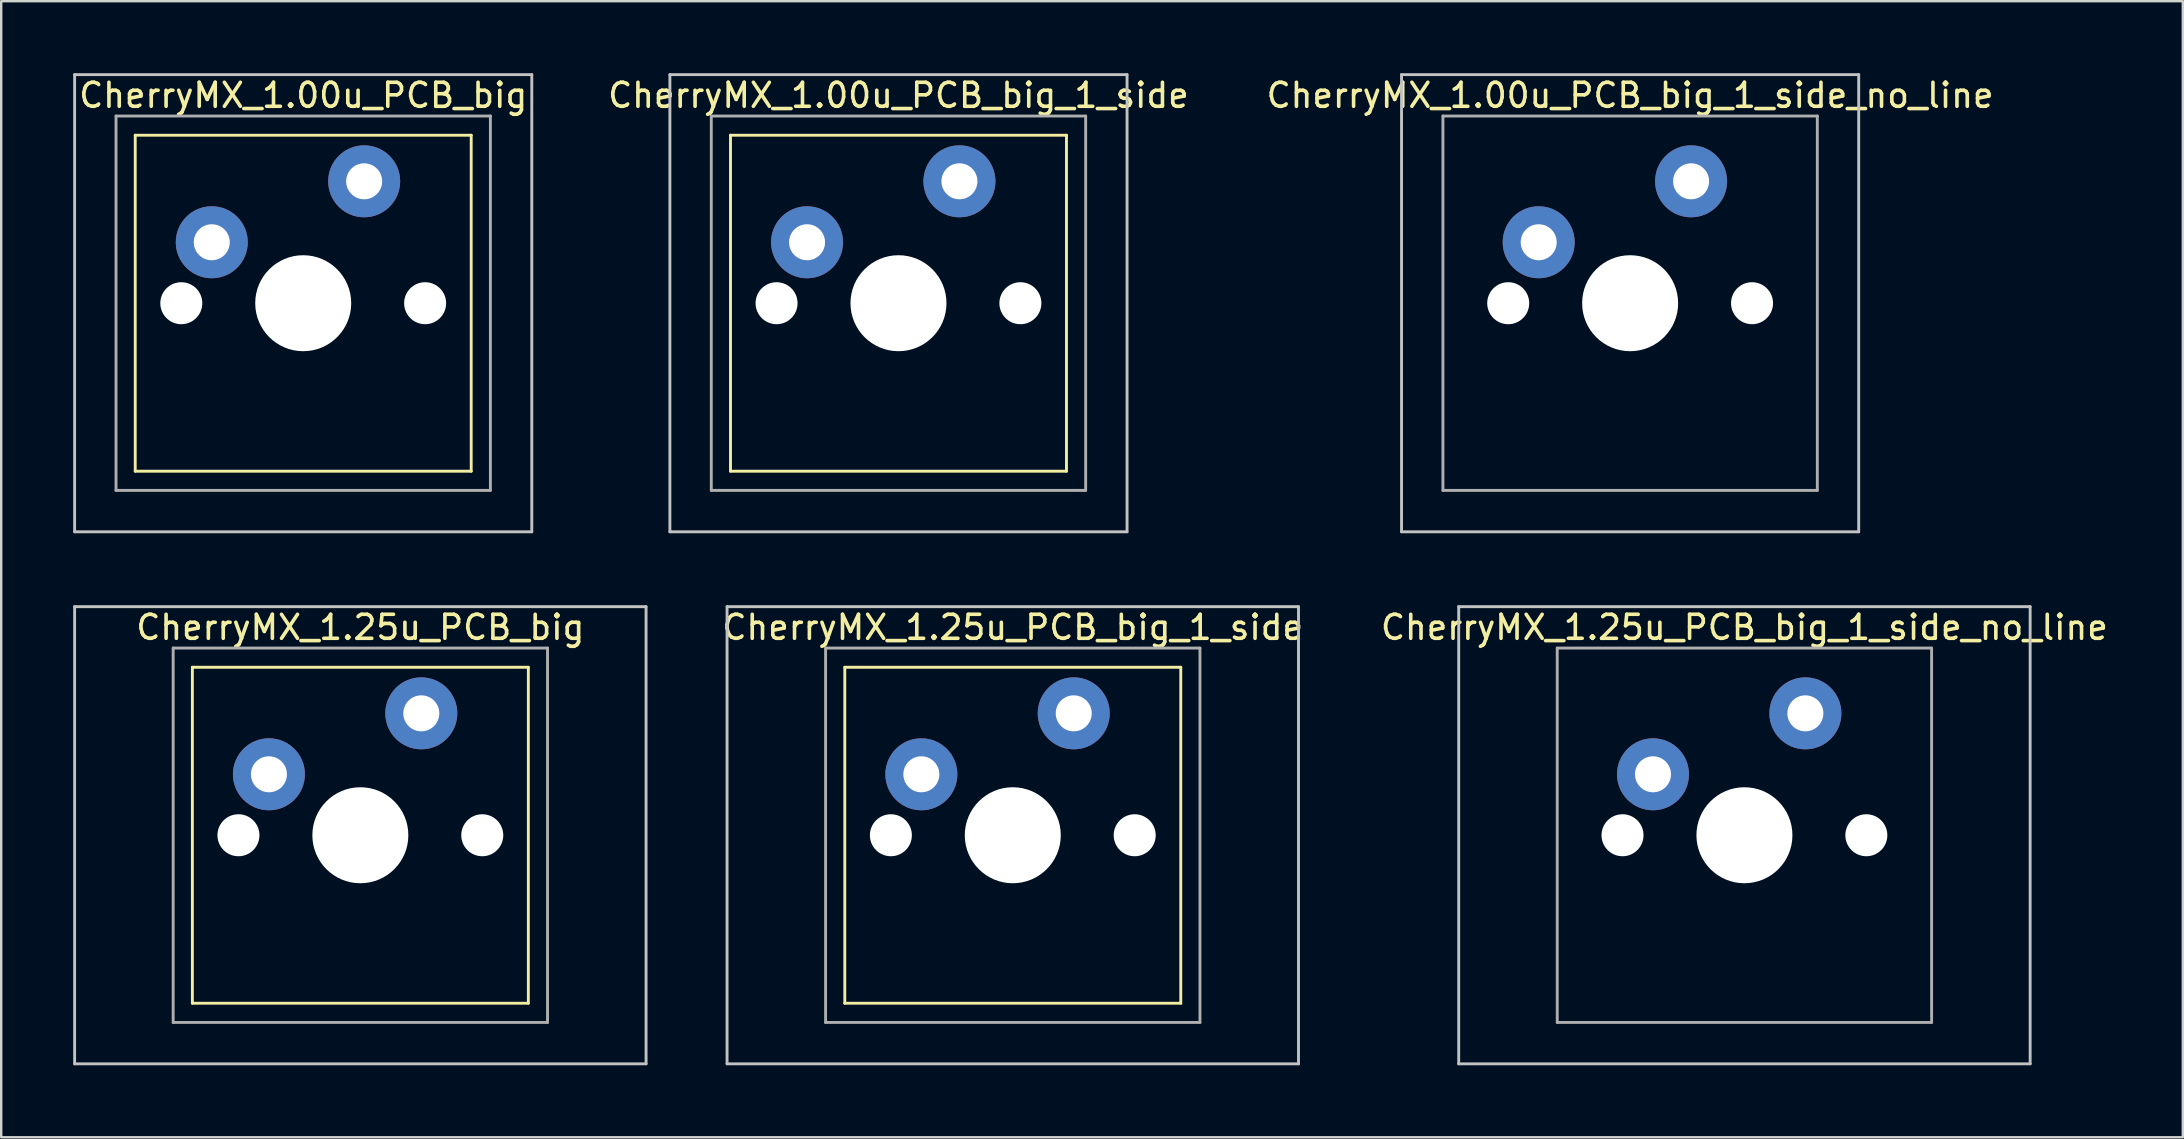
<source format=kicad_pcb>
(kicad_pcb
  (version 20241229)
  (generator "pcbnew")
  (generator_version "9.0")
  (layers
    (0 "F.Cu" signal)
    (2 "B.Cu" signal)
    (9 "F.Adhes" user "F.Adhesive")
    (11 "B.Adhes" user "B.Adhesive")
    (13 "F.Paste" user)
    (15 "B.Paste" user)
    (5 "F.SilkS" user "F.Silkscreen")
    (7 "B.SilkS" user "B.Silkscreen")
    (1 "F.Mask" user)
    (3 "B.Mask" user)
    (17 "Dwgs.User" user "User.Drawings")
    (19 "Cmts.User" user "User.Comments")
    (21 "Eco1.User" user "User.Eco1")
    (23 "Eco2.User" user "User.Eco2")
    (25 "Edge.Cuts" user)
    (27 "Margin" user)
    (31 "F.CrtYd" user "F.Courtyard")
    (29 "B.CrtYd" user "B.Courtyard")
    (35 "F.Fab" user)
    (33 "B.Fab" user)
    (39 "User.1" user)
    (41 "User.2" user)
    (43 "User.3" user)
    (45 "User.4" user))
  (footprint "CherryMX_1.00u_PCB_big_1_side"
    (layer "F.Cu")
    (at 34.39 9.585)
    (property "Reference" "CherryMX_1.00u_PCB_big_1_side" (at 0 -8.662 0) (layer "F.SilkS") (effects (font (size 1 1) (thickness 0.15))))
    (attr through_hole)
    (fp_line (start -7 -7) (end -7 7) (stroke (width 0.12) (type solid)) (layer "F.SilkS"))
    (fp_line (start -7 -7) (end 7 -7) (stroke (width 0.12) (type solid)) (layer "F.SilkS"))
    (fp_line (start 7 -7) (end 7 7) (stroke (width 0.12) (type solid)) (layer "F.SilkS"))
    (fp_line (start 7 7) (end -7 7) (stroke (width 0.12) (type solid)) (layer "F.SilkS"))
    (fp_line (start -9.525 -9.525) (end 9.525 -9.525) (stroke (width 0.12) (type solid)) (layer "Dwgs.User"))
    (fp_line (start -9.525 9.525) (end -9.525 -9.525) (stroke (width 0.12) (type solid)) (layer "Dwgs.User"))
    (fp_line (start 9.525 -9.525) (end 9.525 9.525) (stroke (width 0.12) (type solid)) (layer "Dwgs.User"))
    (fp_line (start 9.525 9.525) (end -9.525 9.525) (stroke (width 0.12) (type solid)) (layer "Dwgs.User"))
    (fp_line (start -7.8 -7.8) (end -7.8 7.8) (stroke (width 0.12) (type solid)) (layer "F.Fab"))
    (fp_line (start -7.8 -7.8) (end 7.8 -7.8) (stroke (width 0.12) (type solid)) (layer "F.Fab"))
    (fp_line (start -7.8 7.8) (end 7.8 7.8) (stroke (width 0.12) (type solid)) (layer "F.Fab"))
    (fp_line (start 7.8 -7.8) (end 7.8 7.8) (stroke (width 0.12) (type solid)) (layer "F.Fab"))
    (pad "" np_thru_hole circle (at -5.08 0) (size 1.75 1.75) (drill 1.75) (layers "*.Cu" "*.Mask"))
    (pad "" np_thru_hole circle (at 0 0) (size 4 4) (drill 4) (layers "*.Cu" "*.Mask"))
    (pad "" np_thru_hole circle (at 5.08 0) (size 1.75 1.75) (drill 1.75) (layers "*.Cu" "*.Mask"))
    (pad "1" thru_hole circle (at -3.81 -2.54) (size 3 3) (drill 1.5) (layers "*.Cu" "B.Mask"))
    (pad "2" thru_hole circle (at 2.54 -5.08) (size 3 3) (drill 1.5) (layers "*.Cu" "B.Mask")))
  (footprint "CherryMX_1.00u_PCB_big_1_side_no_line"
    (layer "F.Cu")
    (at 64.878 9.585)
    (property "Reference" "CherryMX_1.00u_PCB_big_1_side_no_line" (at 0 -8.662 0) (layer "F.SilkS") (effects (font (size 1 1) (thickness 0.15))))
    (attr through_hole)
    (fp_line (start -9.525 -9.525) (end 9.525 -9.525) (stroke (width 0.12) (type solid)) (layer "Dwgs.User"))
    (fp_line (start -9.525 9.525) (end -9.525 -9.525) (stroke (width 0.12) (type solid)) (layer "Dwgs.User"))
    (fp_line (start 9.525 -9.525) (end 9.525 9.525) (stroke (width 0.12) (type solid)) (layer "Dwgs.User"))
    (fp_line (start 9.525 9.525) (end -9.525 9.525) (stroke (width 0.12) (type solid)) (layer "Dwgs.User"))
    (fp_line (start -7.8 -7.8) (end -7.8 7.8) (stroke (width 0.12) (type solid)) (layer "F.Fab"))
    (fp_line (start -7.8 -7.8) (end 7.8 -7.8) (stroke (width 0.12) (type solid)) (layer "F.Fab"))
    (fp_line (start -7.8 7.8) (end 7.8 7.8) (stroke (width 0.12) (type solid)) (layer "F.Fab"))
    (fp_line (start 7.8 -7.8) (end 7.8 7.8) (stroke (width 0.12) (type solid)) (layer "F.Fab"))
    (pad "" np_thru_hole circle (at -5.08 0) (size 1.75 1.75) (drill 1.75) (layers "*.Cu" "*.Mask"))
    (pad "" np_thru_hole circle (at 0 0) (size 4 4) (drill 4) (layers "*.Cu" "*.Mask"))
    (pad "" np_thru_hole circle (at 5.08 0) (size 1.75 1.75) (drill 1.75) (layers "*.Cu" "*.Mask"))
    (pad "1" thru_hole circle (at -3.81 -2.54) (size 3 3) (drill 1.5) (layers "*.Cu" "B.Mask"))
    (pad "2" thru_hole circle (at 2.54 -5.08) (size 3 3) (drill 1.5) (layers "*.Cu" "B.Mask")))
  (footprint "CherryMX_1.25u_PCB_big"
    (layer "F.Cu")
    (at 11.966 31.755)
    (property "Reference" "CherryMX_1.25u_PCB_big" (at 0 -8.662 0) (layer "F.SilkS") (effects (font (size 1 1) (thickness 0.15))))
    (attr through_hole)
    (fp_line (start -7 -7) (end -7 7) (stroke (width 0.12) (type solid)) (layer "F.SilkS"))
    (fp_line (start -7 -7) (end 7 -7) (stroke (width 0.12) (type solid)) (layer "F.SilkS"))
    (fp_line (start 7 -7) (end 7 7) (stroke (width 0.12) (type solid)) (layer "F.SilkS"))
    (fp_line (start 7 7) (end -7 7) (stroke (width 0.12) (type solid)) (layer "F.SilkS"))
    (fp_line (start -11.906 -9.525) (end 11.906 -9.525) (stroke (width 0.12) (type solid)) (layer "Dwgs.User"))
    (fp_line (start -11.906 9.525) (end -11.906 -9.525) (stroke (width 0.12) (type solid)) (layer "Dwgs.User"))
    (fp_line (start 11.906 -9.525) (end 11.906 9.525) (stroke (width 0.12) (type solid)) (layer "Dwgs.User"))
    (fp_line (start 11.906 9.525) (end -11.906 9.525) (stroke (width 0.12) (type solid)) (layer "Dwgs.User"))
    (fp_line (start -7.8 -7.8) (end -7.8 7.8) (stroke (width 0.12) (type solid)) (layer "F.Fab"))
    (fp_line (start -7.8 -7.8) (end 7.8 -7.8) (stroke (width 0.12) (type solid)) (layer "F.Fab"))
    (fp_line (start -7.8 7.8) (end 7.8 7.8) (stroke (width 0.12) (type solid)) (layer "F.Fab"))
    (fp_line (start 7.8 -7.8) (end 7.8 7.8) (stroke (width 0.12) (type solid)) (layer "F.Fab"))
    (pad "" np_thru_hole circle (at -5.08 0) (size 1.75 1.75) (drill 1.75) (layers "*.Cu" "*.Mask"))
    (pad "" np_thru_hole circle (at 0 0) (size 4 4) (drill 4) (layers "*.Cu" "*.Mask"))
    (pad "" np_thru_hole circle (at 5.08 0) (size 1.75 1.75) (drill 1.75) (layers "*.Cu" "*.Mask"))
    (pad "1" thru_hole circle (at -3.81 -2.54) (size 3 3) (drill 1.5) (layers "*.Cu" "*.Mask"))
    (pad "2" thru_hole circle (at 2.54 -5.08) (size 3 3) (drill 1.5) (layers "*.Cu" "*.Mask")))
  (footprint "CherryMX_1.25u_PCB_big_1_side_no_line"
    (layer "F.Cu")
    (at 69.641 31.755)
    (property "Reference" "CherryMX_1.25u_PCB_big_1_side_no_line" (at 0 -8.662 0) (layer "F.SilkS") (effects (font (size 1 1) (thickness 0.15))))
    (attr through_hole)
    (fp_line (start -11.906 -9.525) (end 11.906 -9.525) (stroke (width 0.12) (type solid)) (layer "Dwgs.User"))
    (fp_line (start -11.906 9.525) (end -11.906 -9.525) (stroke (width 0.12) (type solid)) (layer "Dwgs.User"))
    (fp_line (start 11.906 -9.525) (end 11.906 9.525) (stroke (width 0.12) (type solid)) (layer "Dwgs.User"))
    (fp_line (start 11.906 9.525) (end -11.906 9.525) (stroke (width 0.12) (type solid)) (layer "Dwgs.User"))
    (fp_line (start -7.8 -7.8) (end -7.8 7.8) (stroke (width 0.12) (type solid)) (layer "F.Fab"))
    (fp_line (start -7.8 -7.8) (end 7.8 -7.8) (stroke (width 0.12) (type solid)) (layer "F.Fab"))
    (fp_line (start -7.8 7.8) (end 7.8 7.8) (stroke (width 0.12) (type solid)) (layer "F.Fab"))
    (fp_line (start 7.8 -7.8) (end 7.8 7.8) (stroke (width 0.12) (type solid)) (layer "F.Fab"))
    (pad "" np_thru_hole circle (at -5.08 0) (size 1.75 1.75) (drill 1.75) (layers "*.Cu" "*.Mask"))
    (pad "" np_thru_hole circle (at 0 0) (size 4 4) (drill 4) (layers "*.Cu" "*.Mask"))
    (pad "" np_thru_hole circle (at 5.08 0) (size 1.75 1.75) (drill 1.75) (layers "*.Cu" "*.Mask"))
    (pad "1" thru_hole circle (at -3.81 -2.54) (size 3 3) (drill 1.5) (layers "*.Cu" "B.Mask"))
    (pad "2" thru_hole circle (at 2.54 -5.08) (size 3 3) (drill 1.5) (layers "*.Cu" "B.Mask")))
  (footprint "CherryMX_1.25u_PCB_big_1_side"
    (layer "F.Cu")
    (at 39.153 31.755)
    (property "Reference" "CherryMX_1.25u_PCB_big_1_side" (at 0 -8.662 0) (layer "F.SilkS") (effects (font (size 1 1) (thickness 0.15))))
    (attr through_hole)
    (fp_line (start -7 -7) (end -7 7) (stroke (width 0.12) (type solid)) (layer "F.SilkS"))
    (fp_line (start -7 -7) (end 7 -7) (stroke (width 0.12) (type solid)) (layer "F.SilkS"))
    (fp_line (start 7 -7) (end 7 7) (stroke (width 0.12) (type solid)) (layer "F.SilkS"))
    (fp_line (start 7 7) (end -7 7) (stroke (width 0.12) (type solid)) (layer "F.SilkS"))
    (fp_line (start -11.906 -9.525) (end 11.906 -9.525) (stroke (width 0.12) (type solid)) (layer "Dwgs.User"))
    (fp_line (start -11.906 9.525) (end -11.906 -9.525) (stroke (width 0.12) (type solid)) (layer "Dwgs.User"))
    (fp_line (start 11.906 -9.525) (end 11.906 9.525) (stroke (width 0.12) (type solid)) (layer "Dwgs.User"))
    (fp_line (start 11.906 9.525) (end -11.906 9.525) (stroke (width 0.12) (type solid)) (layer "Dwgs.User"))
    (fp_line (start -7.8 -7.8) (end -7.8 7.8) (stroke (width 0.12) (type solid)) (layer "F.Fab"))
    (fp_line (start -7.8 -7.8) (end 7.8 -7.8) (stroke (width 0.12) (type solid)) (layer "F.Fab"))
    (fp_line (start -7.8 7.8) (end 7.8 7.8) (stroke (width 0.12) (type solid)) (layer "F.Fab"))
    (fp_line (start 7.8 -7.8) (end 7.8 7.8) (stroke (width 0.12) (type solid)) (layer "F.Fab"))
    (pad "" np_thru_hole circle (at -5.08 0) (size 1.75 1.75) (drill 1.75) (layers "*.Cu" "*.Mask"))
    (pad "" np_thru_hole circle (at 0 0) (size 4 4) (drill 4) (layers "*.Cu" "*.Mask"))
    (pad "" np_thru_hole circle (at 5.08 0) (size 1.75 1.75) (drill 1.75) (layers "*.Cu" "*.Mask"))
    (pad "1" thru_hole circle (at -3.81 -2.54) (size 3 3) (drill 1.5) (layers "*.Cu" "B.Mask"))
    (pad "2" thru_hole circle (at 2.54 -5.08) (size 3 3) (drill 1.5) (layers "*.Cu" "B.Mask")))
  (footprint "CherryMX_1.00u_PCB_big"
    (layer "F.Cu")
    (at 9.585 9.585)
    (property "Reference" "CherryMX_1.00u_PCB_big" (at 0 -8.662 0) (layer "F.SilkS") (effects (font (size 1 1) (thickness 0.15))))
    (attr through_hole)
    (fp_line (start -7 -7) (end -7 7) (stroke (width 0.12) (type solid)) (layer "F.SilkS"))
    (fp_line (start -7 -7) (end 7 -7) (stroke (width 0.12) (type solid)) (layer "F.SilkS"))
    (fp_line (start 7 -7) (end 7 7) (stroke (width 0.12) (type solid)) (layer "F.SilkS"))
    (fp_line (start 7 7) (end -7 7) (stroke (width 0.12) (type solid)) (layer "F.SilkS"))
    (fp_line (start -9.525 -9.525) (end 9.525 -9.525) (stroke (width 0.12) (type solid)) (layer "Dwgs.User"))
    (fp_line (start -9.525 9.525) (end -9.525 -9.525) (stroke (width 0.12) (type solid)) (layer "Dwgs.User"))
    (fp_line (start 9.525 -9.525) (end 9.525 9.525) (stroke (width 0.12) (type solid)) (layer "Dwgs.User"))
    (fp_line (start 9.525 9.525) (end -9.525 9.525) (stroke (width 0.12) (type solid)) (layer "Dwgs.User"))
    (fp_line (start -7.8 -7.8) (end -7.8 7.8) (stroke (width 0.12) (type solid)) (layer "F.Fab"))
    (fp_line (start -7.8 -7.8) (end 7.8 -7.8) (stroke (width 0.12) (type solid)) (layer "F.Fab"))
    (fp_line (start -7.8 7.8) (end 7.8 7.8) (stroke (width 0.12) (type solid)) (layer "F.Fab"))
    (fp_line (start 7.8 -7.8) (end 7.8 7.8) (stroke (width 0.12) (type solid)) (layer "F.Fab"))
    (pad "" np_thru_hole circle (at -5.08 0) (size 1.75 1.75) (drill 1.75) (layers "*.Cu" "*.Mask"))
    (pad "" np_thru_hole circle (at 0 0) (size 4 4) (drill 4) (layers "*.Cu" "*.Mask"))
    (pad "" np_thru_hole circle (at 5.08 0) (size 1.75 1.75) (drill 1.75) (layers "*.Cu" "*.Mask"))
    (pad "1" thru_hole circle (at -3.81 -2.54) (size 3 3) (drill 1.5) (layers "*.Cu" "*.Mask"))
    (pad "2" thru_hole circle (at 2.54 -5.08) (size 3 3) (drill 1.5) (layers "*.Cu" "*.Mask")))
  (gr_rect
    (start -3 -3)
    (end 87.909 44.34)
    (stroke (width 0.1) (type default))
    (fill no)
    (layer "Edge.Cuts")))
</source>
